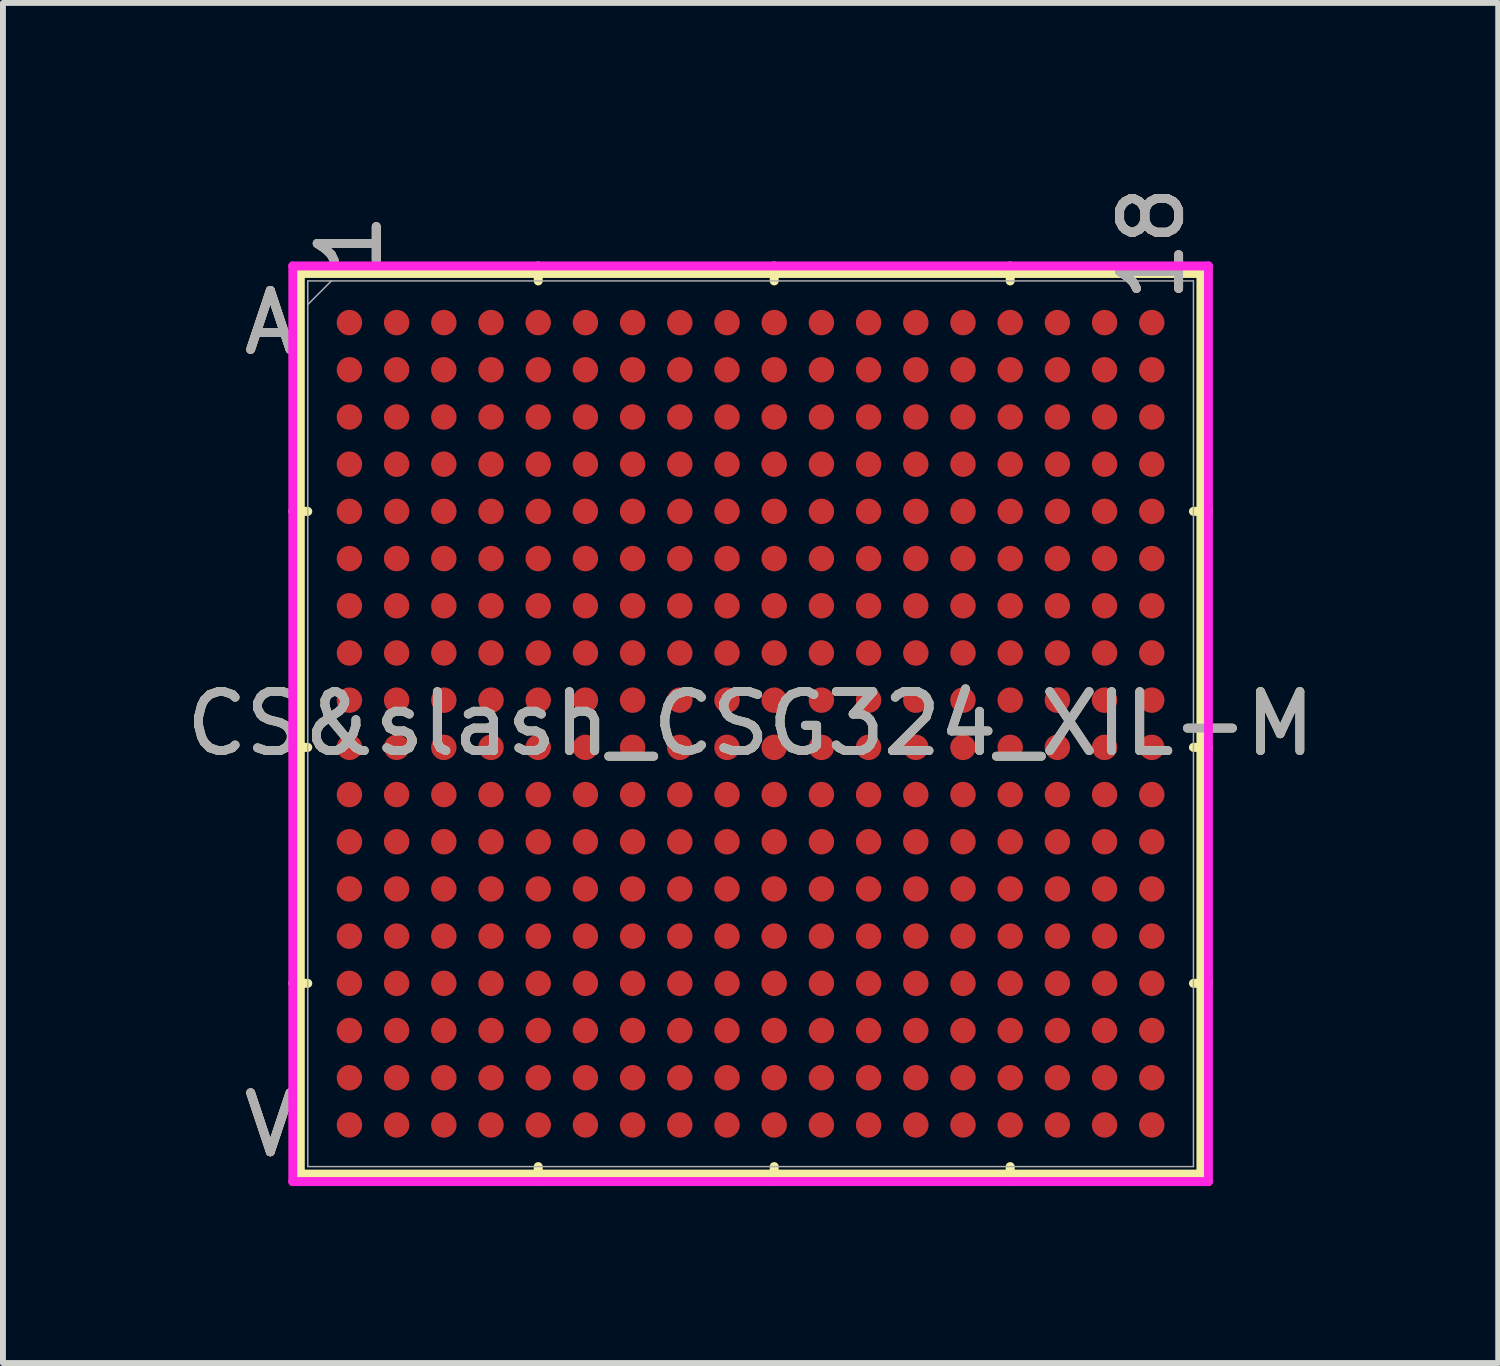
<source format=kicad_pcb>
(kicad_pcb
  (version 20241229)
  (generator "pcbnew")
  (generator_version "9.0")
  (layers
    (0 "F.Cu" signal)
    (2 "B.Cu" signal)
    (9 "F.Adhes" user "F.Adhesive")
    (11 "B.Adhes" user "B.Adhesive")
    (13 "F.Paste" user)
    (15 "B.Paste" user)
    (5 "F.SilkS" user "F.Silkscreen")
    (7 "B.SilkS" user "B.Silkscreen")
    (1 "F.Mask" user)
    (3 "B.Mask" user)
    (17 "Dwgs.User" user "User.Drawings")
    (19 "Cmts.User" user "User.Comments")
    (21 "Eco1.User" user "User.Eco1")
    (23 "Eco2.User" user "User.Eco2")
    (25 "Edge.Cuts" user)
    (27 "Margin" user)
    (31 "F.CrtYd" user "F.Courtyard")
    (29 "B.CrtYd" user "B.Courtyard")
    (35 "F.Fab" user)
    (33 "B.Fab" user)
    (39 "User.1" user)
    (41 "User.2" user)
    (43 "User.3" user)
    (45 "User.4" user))
  (footprint "CS&slash_CSG324_XIL-M"
    (layer "F.Cu")
    (at 9.673 9.218)
    (property "Reference" "CS&slash_CSG324_XIL-M" (at 0 0 0) (unlocked yes) (layer "F.SilkS") (effects (font (size 1 1) (thickness 0.15))))
    (attr smd)
    (fp_line (start -7.633 -7.633) (end -7.633 7.633) (stroke (width 0.152) (type solid)) (layer "F.SilkS"))
    (fp_line (start -7.633 7.633) (end 7.633 7.633) (stroke (width 0.152) (type solid)) (layer "F.SilkS"))
    (fp_line (start -7.506 -3.6) (end -7.76 -3.6) (stroke (width 0.152) (type solid)) (layer "F.SilkS"))
    (fp_line (start -7.506 0.4) (end -7.76 0.4) (stroke (width 0.152) (type solid)) (layer "F.SilkS"))
    (fp_line (start -7.506 4.4) (end -7.76 4.4) (stroke (width 0.152) (type solid)) (layer "F.SilkS"))
    (fp_line (start -3.6 -7.506) (end -3.6 -7.76) (stroke (width 0.152) (type solid)) (layer "F.SilkS"))
    (fp_line (start -3.6 7.506) (end -3.6 7.76) (stroke (width 0.152) (type solid)) (layer "F.SilkS"))
    (fp_line (start 0.4 -7.506) (end 0.4 -7.76) (stroke (width 0.152) (type solid)) (layer "F.SilkS"))
    (fp_line (start 0.4 7.506) (end 0.4 7.76) (stroke (width 0.152) (type solid)) (layer "F.SilkS"))
    (fp_line (start 4.4 -7.506) (end 4.4 -7.76) (stroke (width 0.152) (type solid)) (layer "F.SilkS"))
    (fp_line (start 4.4 7.506) (end 4.4 7.76) (stroke (width 0.152) (type solid)) (layer "F.SilkS"))
    (fp_line (start 7.506 -3.6) (end 7.76 -3.6) (stroke (width 0.152) (type solid)) (layer "F.SilkS"))
    (fp_line (start 7.506 0.4) (end 7.76 0.4) (stroke (width 0.152) (type solid)) (layer "F.SilkS"))
    (fp_line (start 7.506 4.4) (end 7.76 4.4) (stroke (width 0.152) (type solid)) (layer "F.SilkS"))
    (fp_line (start 7.633 -7.633) (end -7.633 -7.633) (stroke (width 0.152) (type solid)) (layer "F.SilkS"))
    (fp_line (start 7.633 7.633) (end 7.633 -7.633) (stroke (width 0.152) (type solid)) (layer "F.SilkS"))
    (fp_poly (pts (xy -7.644 -7.644) (xy 7.644 -7.644) (xy 7.644 7.644) (xy -7.644 7.644)) (stroke (width 0.1) (type solid)) (fill no) (layer "Eco2.User"))
    (fp_line (start -7.76 -7.76) (end 7.76 -7.76) (stroke (width 0.152) (type solid)) (layer "F.CrtYd"))
    (fp_line (start -7.76 7.76) (end -7.76 -7.76) (stroke (width 0.152) (type solid)) (layer "F.CrtYd"))
    (fp_line (start 7.76 -7.76) (end 7.76 7.76) (stroke (width 0.152) (type solid)) (layer "F.CrtYd"))
    (fp_line (start 7.76 7.76) (end -7.76 7.76) (stroke (width 0.152) (type solid)) (layer "F.CrtYd"))
    (fp_line (start -7.506 -7.506) (end -7.506 7.506) (stroke (width 0.025) (type solid)) (layer "F.Fab"))
    (fp_line (start -7.506 7.506) (end 7.506 7.506) (stroke (width 0.025) (type solid)) (layer "F.Fab"))
    (fp_line (start -7.106 -7.506) (end -7.506 -7.106) (stroke (width 0.025) (type solid)) (layer "F.Fab"))
    (fp_line (start 7.506 -7.506) (end -7.506 -7.506) (stroke (width 0.025) (type solid)) (layer "F.Fab"))
    (fp_line (start 7.506 7.506) (end 7.506 -7.506) (stroke (width 0.025) (type solid)) (layer "F.Fab"))
    (fp_text user "18" (at 6.8 -8.141 90) (unlocked yes) (layer "F.SilkS") (effects (font (size 1 1) (thickness 0.15))))
    (fp_text user "V" (at -8.141 6.8 0) (unlocked yes) (layer "F.SilkS") (effects (font (size 1 1) (thickness 0.15))))
    (fp_text user "A" (at -8.141 -6.8 0) (unlocked yes) (layer "F.SilkS") (effects (font (size 1 1) (thickness 0.15))))
    (fp_text user "1" (at -6.8 -8.141 90) (unlocked yes) (layer "F.SilkS") (effects (font (size 1 1) (thickness 0.15))))
    (fp_text user "18" (at 6.8 -8.141 90) (unlocked yes) (layer "B.SilkS") (effects (font (size 1 1) (thickness 0.15))))
    (fp_text user "A" (at -8.141 -6.8 0) (unlocked yes) (layer "B.SilkS") (effects (font (size 1 1) (thickness 0.15))))
    (fp_text user "1" (at -6.8 -8.141 90) (unlocked yes) (layer "B.SilkS") (effects (font (size 1 1) (thickness 0.15))))
    (fp_text user "V" (at -8.141 6.8 0) (unlocked yes) (layer "B.SilkS") (effects (font (size 1 1) (thickness 0.15))))
    (fp_text user "V" (at -8.141 6.8 0) (unlocked yes) (layer "F.Fab") (effects (font (size 1 1) (thickness 0.15))))
    (fp_text user "${REFERENCE}" (at 0 0 0) (unlocked yes) (layer "F.Fab") (effects (font (size 1 1) (thickness 0.15))))
    (fp_text user "A" (at -8.141 -6.8 0) (unlocked yes) (layer "F.Fab") (effects (font (size 1 1) (thickness 0.15))))
    (fp_text user "1" (at -6.8 -8.141 90) (unlocked yes) (layer "F.Fab") (effects (font (size 1 1) (thickness 0.15))))
    (fp_text user "18" (at 6.8 -8.141 90) (unlocked yes) (layer "F.Fab") (effects (font (size 1 1) (thickness 0.15))))
    (pad "A1" smd circle (at -6.8 -6.8) (size 0.432 0.432) (layers "F.Cu" "F.Mask" "F.Paste"))
    (pad "A2" smd circle (at -6 -6.8) (size 0.432 0.432) (layers "F.Cu" "F.Mask" "F.Paste"))
    (pad "A3" smd circle (at -5.2 -6.8) (size 0.432 0.432) (layers "F.Cu" "F.Mask" "F.Paste"))
    (pad "A4" smd circle (at -4.4 -6.8) (size 0.432 0.432) (layers "F.Cu" "F.Mask" "F.Paste"))
    (pad "A5" smd circle (at -3.6 -6.8) (size 0.432 0.432) (layers "F.Cu" "F.Mask" "F.Paste"))
    (pad "A6" smd circle (at -2.8 -6.8) (size 0.432 0.432) (layers "F.Cu" "F.Mask" "F.Paste"))
    (pad "A7" smd circle (at -2 -6.8) (size 0.432 0.432) (layers "F.Cu" "F.Mask" "F.Paste"))
    (pad "A8" smd circle (at -1.2 -6.8) (size 0.432 0.432) (layers "F.Cu" "F.Mask" "F.Paste"))
    (pad "A9" smd circle (at -0.4 -6.8) (size 0.432 0.432) (layers "F.Cu" "F.Mask" "F.Paste"))
    (pad "A10" smd circle (at 0.4 -6.8) (size 0.432 0.432) (layers "F.Cu" "F.Mask" "F.Paste"))
    (pad "A11" smd circle (at 1.2 -6.8) (size 0.432 0.432) (layers "F.Cu" "F.Mask" "F.Paste"))
    (pad "A12" smd circle (at 2 -6.8) (size 0.432 0.432) (layers "F.Cu" "F.Mask" "F.Paste"))
    (pad "A13" smd circle (at 2.8 -6.8) (size 0.432 0.432) (layers "F.Cu" "F.Mask" "F.Paste"))
    (pad "A14" smd circle (at 3.6 -6.8) (size 0.432 0.432) (layers "F.Cu" "F.Mask" "F.Paste"))
    (pad "A15" smd circle (at 4.4 -6.8) (size 0.432 0.432) (layers "F.Cu" "F.Mask" "F.Paste"))
    (pad "A16" smd circle (at 5.2 -6.8) (size 0.432 0.432) (layers "F.Cu" "F.Mask" "F.Paste"))
    (pad "A17" smd circle (at 6 -6.8) (size 0.432 0.432) (layers "F.Cu" "F.Mask" "F.Paste"))
    (pad "A18" smd circle (at 6.8 -6.8) (size 0.432 0.432) (layers "F.Cu" "F.Mask" "F.Paste"))
    (pad "B1" smd circle (at -6.8 -6) (size 0.432 0.432) (layers "F.Cu" "F.Mask" "F.Paste"))
    (pad "B2" smd circle (at -6 -6) (size 0.432 0.432) (layers "F.Cu" "F.Mask" "F.Paste"))
    (pad "B3" smd circle (at -5.2 -6) (size 0.432 0.432) (layers "F.Cu" "F.Mask" "F.Paste"))
    (pad "B4" smd circle (at -4.4 -6) (size 0.432 0.432) (layers "F.Cu" "F.Mask" "F.Paste"))
    (pad "B5" smd circle (at -3.6 -6) (size 0.432 0.432) (layers "F.Cu" "F.Mask" "F.Paste"))
    (pad "B6" smd circle (at -2.8 -6) (size 0.432 0.432) (layers "F.Cu" "F.Mask" "F.Paste"))
    (pad "B7" smd circle (at -2 -6) (size 0.432 0.432) (layers "F.Cu" "F.Mask" "F.Paste"))
    (pad "B8" smd circle (at -1.2 -6) (size 0.432 0.432) (layers "F.Cu" "F.Mask" "F.Paste"))
    (pad "B9" smd circle (at -0.4 -6) (size 0.432 0.432) (layers "F.Cu" "F.Mask" "F.Paste"))
    (pad "B10" smd circle (at 0.4 -6) (size 0.432 0.432) (layers "F.Cu" "F.Mask" "F.Paste"))
    (pad "B11" smd circle (at 1.2 -6) (size 0.432 0.432) (layers "F.Cu" "F.Mask" "F.Paste"))
    (pad "B12" smd circle (at 2 -6) (size 0.432 0.432) (layers "F.Cu" "F.Mask" "F.Paste"))
    (pad "B13" smd circle (at 2.8 -6) (size 0.432 0.432) (layers "F.Cu" "F.Mask" "F.Paste"))
    (pad "B14" smd circle (at 3.6 -6) (size 0.432 0.432) (layers "F.Cu" "F.Mask" "F.Paste"))
    (pad "B15" smd circle (at 4.4 -6) (size 0.432 0.432) (layers "F.Cu" "F.Mask" "F.Paste"))
    (pad "B16" smd circle (at 5.2 -6) (size 0.432 0.432) (layers "F.Cu" "F.Mask" "F.Paste"))
    (pad "B17" smd circle (at 6 -6) (size 0.432 0.432) (layers "F.Cu" "F.Mask" "F.Paste"))
    (pad "B18" smd circle (at 6.8 -6) (size 0.432 0.432) (layers "F.Cu" "F.Mask" "F.Paste"))
    (pad "C1" smd circle (at -6.8 -5.2) (size 0.432 0.432) (layers "F.Cu" "F.Mask" "F.Paste"))
    (pad "C2" smd circle (at -6 -5.2) (size 0.432 0.432) (layers "F.Cu" "F.Mask" "F.Paste"))
    (pad "C3" smd circle (at -5.2 -5.2) (size 0.432 0.432) (layers "F.Cu" "F.Mask" "F.Paste"))
    (pad "C4" smd circle (at -4.4 -5.2) (size 0.432 0.432) (layers "F.Cu" "F.Mask" "F.Paste"))
    (pad "C5" smd circle (at -3.6 -5.2) (size 0.432 0.432) (layers "F.Cu" "F.Mask" "F.Paste"))
    (pad "C6" smd circle (at -2.8 -5.2) (size 0.432 0.432) (layers "F.Cu" "F.Mask" "F.Paste"))
    (pad "C7" smd circle (at -2 -5.2) (size 0.432 0.432) (layers "F.Cu" "F.Mask" "F.Paste"))
    (pad "C8" smd circle (at -1.2 -5.2) (size 0.432 0.432) (layers "F.Cu" "F.Mask" "F.Paste"))
    (pad "C9" smd circle (at -0.4 -5.2) (size 0.432 0.432) (layers "F.Cu" "F.Mask" "F.Paste"))
    (pad "C10" smd circle (at 0.4 -5.2) (size 0.432 0.432) (layers "F.Cu" "F.Mask" "F.Paste"))
    (pad "C11" smd circle (at 1.2 -5.2) (size 0.432 0.432) (layers "F.Cu" "F.Mask" "F.Paste"))
    (pad "C12" smd circle (at 2 -5.2) (size 0.432 0.432) (layers "F.Cu" "F.Mask" "F.Paste"))
    (pad "C13" smd circle (at 2.8 -5.2) (size 0.432 0.432) (layers "F.Cu" "F.Mask" "F.Paste"))
    (pad "C14" smd circle (at 3.6 -5.2) (size 0.432 0.432) (layers "F.Cu" "F.Mask" "F.Paste"))
    (pad "C15" smd circle (at 4.4 -5.2) (size 0.432 0.432) (layers "F.Cu" "F.Mask" "F.Paste"))
    (pad "C16" smd circle (at 5.2 -5.2) (size 0.432 0.432) (layers "F.Cu" "F.Mask" "F.Paste"))
    (pad "C17" smd circle (at 6 -5.2) (size 0.432 0.432) (layers "F.Cu" "F.Mask" "F.Paste"))
    (pad "C18" smd circle (at 6.8 -5.2) (size 0.432 0.432) (layers "F.Cu" "F.Mask" "F.Paste"))
    (pad "D1" smd circle (at -6.8 -4.4) (size 0.432 0.432) (layers "F.Cu" "F.Mask" "F.Paste"))
    (pad "D2" smd circle (at -6 -4.4) (size 0.432 0.432) (layers "F.Cu" "F.Mask" "F.Paste"))
    (pad "D3" smd circle (at -5.2 -4.4) (size 0.432 0.432) (layers "F.Cu" "F.Mask" "F.Paste"))
    (pad "D4" smd circle (at -4.4 -4.4) (size 0.432 0.432) (layers "F.Cu" "F.Mask" "F.Paste"))
    (pad "D5" smd circle (at -3.6 -4.4) (size 0.432 0.432) (layers "F.Cu" "F.Mask" "F.Paste"))
    (pad "D6" smd circle (at -2.8 -4.4) (size 0.432 0.432) (layers "F.Cu" "F.Mask" "F.Paste"))
    (pad "D7" smd circle (at -2 -4.4) (size 0.432 0.432) (layers "F.Cu" "F.Mask" "F.Paste"))
    (pad "D8" smd circle (at -1.2 -4.4) (size 0.432 0.432) (layers "F.Cu" "F.Mask" "F.Paste"))
    (pad "D9" smd circle (at -0.4 -4.4) (size 0.432 0.432) (layers "F.Cu" "F.Mask" "F.Paste"))
    (pad "D10" smd circle (at 0.4 -4.4) (size 0.432 0.432) (layers "F.Cu" "F.Mask" "F.Paste"))
    (pad "D11" smd circle (at 1.2 -4.4) (size 0.432 0.432) (layers "F.Cu" "F.Mask" "F.Paste"))
    (pad "D12" smd circle (at 2 -4.4) (size 0.432 0.432) (layers "F.Cu" "F.Mask" "F.Paste"))
    (pad "D13" smd circle (at 2.8 -4.4) (size 0.432 0.432) (layers "F.Cu" "F.Mask" "F.Paste"))
    (pad "D14" smd circle (at 3.6 -4.4) (size 0.432 0.432) (layers "F.Cu" "F.Mask" "F.Paste"))
    (pad "D15" smd circle (at 4.4 -4.4) (size 0.432 0.432) (layers "F.Cu" "F.Mask" "F.Paste"))
    (pad "D16" smd circle (at 5.2 -4.4) (size 0.432 0.432) (layers "F.Cu" "F.Mask" "F.Paste"))
    (pad "D17" smd circle (at 6 -4.4) (size 0.432 0.432) (layers "F.Cu" "F.Mask" "F.Paste"))
    (pad "D18" smd circle (at 6.8 -4.4) (size 0.432 0.432) (layers "F.Cu" "F.Mask" "F.Paste"))
    (pad "E1" smd circle (at -6.8 -3.6) (size 0.432 0.432) (layers "F.Cu" "F.Mask" "F.Paste"))
    (pad "E2" smd circle (at -6 -3.6) (size 0.432 0.432) (layers "F.Cu" "F.Mask" "F.Paste"))
    (pad "E3" smd circle (at -5.2 -3.6) (size 0.432 0.432) (layers "F.Cu" "F.Mask" "F.Paste"))
    (pad "E4" smd circle (at -4.4 -3.6) (size 0.432 0.432) (layers "F.Cu" "F.Mask" "F.Paste"))
    (pad "E5" smd circle (at -3.6 -3.6) (size 0.432 0.432) (layers "F.Cu" "F.Mask" "F.Paste"))
    (pad "E6" smd circle (at -2.8 -3.6) (size 0.432 0.432) (layers "F.Cu" "F.Mask" "F.Paste"))
    (pad "E7" smd circle (at -2 -3.6) (size 0.432 0.432) (layers "F.Cu" "F.Mask" "F.Paste"))
    (pad "E8" smd circle (at -1.2 -3.6) (size 0.432 0.432) (layers "F.Cu" "F.Mask" "F.Paste"))
    (pad "E9" smd circle (at -0.4 -3.6) (size 0.432 0.432) (layers "F.Cu" "F.Mask" "F.Paste"))
    (pad "E10" smd circle (at 0.4 -3.6) (size 0.432 0.432) (layers "F.Cu" "F.Mask" "F.Paste"))
    (pad "E11" smd circle (at 1.2 -3.6) (size 0.432 0.432) (layers "F.Cu" "F.Mask" "F.Paste"))
    (pad "E12" smd circle (at 2 -3.6) (size 0.432 0.432) (layers "F.Cu" "F.Mask" "F.Paste"))
    (pad "E13" smd circle (at 2.8 -3.6) (size 0.432 0.432) (layers "F.Cu" "F.Mask" "F.Paste"))
    (pad "E14" smd circle (at 3.6 -3.6) (size 0.432 0.432) (layers "F.Cu" "F.Mask" "F.Paste"))
    (pad "E15" smd circle (at 4.4 -3.6) (size 0.432 0.432) (layers "F.Cu" "F.Mask" "F.Paste"))
    (pad "E16" smd circle (at 5.2 -3.6) (size 0.432 0.432) (layers "F.Cu" "F.Mask" "F.Paste"))
    (pad "E17" smd circle (at 6 -3.6) (size 0.432 0.432) (layers "F.Cu" "F.Mask" "F.Paste"))
    (pad "E18" smd circle (at 6.8 -3.6) (size 0.432 0.432) (layers "F.Cu" "F.Mask" "F.Paste"))
    (pad "F1" smd circle (at -6.8 -2.8) (size 0.432 0.432) (layers "F.Cu" "F.Mask" "F.Paste"))
    (pad "F2" smd circle (at -6 -2.8) (size 0.432 0.432) (layers "F.Cu" "F.Mask" "F.Paste"))
    (pad "F3" smd circle (at -5.2 -2.8) (size 0.432 0.432) (layers "F.Cu" "F.Mask" "F.Paste"))
    (pad "F4" smd circle (at -4.4 -2.8) (size 0.432 0.432) (layers "F.Cu" "F.Mask" "F.Paste"))
    (pad "F5" smd circle (at -3.6 -2.8) (size 0.432 0.432) (layers "F.Cu" "F.Mask" "F.Paste"))
    (pad "F6" smd circle (at -2.8 -2.8) (size 0.432 0.432) (layers "F.Cu" "F.Mask" "F.Paste"))
    (pad "F7" smd circle (at -2 -2.8) (size 0.432 0.432) (layers "F.Cu" "F.Mask" "F.Paste"))
    (pad "F8" smd circle (at -1.2 -2.8) (size 0.432 0.432) (layers "F.Cu" "F.Mask" "F.Paste"))
    (pad "F9" smd circle (at -0.4 -2.8) (size 0.432 0.432) (layers "F.Cu" "F.Mask" "F.Paste"))
    (pad "F10" smd circle (at 0.4 -2.8) (size 0.432 0.432) (layers "F.Cu" "F.Mask" "F.Paste"))
    (pad "F11" smd circle (at 1.2 -2.8) (size 0.432 0.432) (layers "F.Cu" "F.Mask" "F.Paste"))
    (pad "F12" smd circle (at 2 -2.8) (size 0.432 0.432) (layers "F.Cu" "F.Mask" "F.Paste"))
    (pad "F13" smd circle (at 2.8 -2.8) (size 0.432 0.432) (layers "F.Cu" "F.Mask" "F.Paste"))
    (pad "F14" smd circle (at 3.6 -2.8) (size 0.432 0.432) (layers "F.Cu" "F.Mask" "F.Paste"))
    (pad "F15" smd circle (at 4.4 -2.8) (size 0.432 0.432) (layers "F.Cu" "F.Mask" "F.Paste"))
    (pad "F16" smd circle (at 5.2 -2.8) (size 0.432 0.432) (layers "F.Cu" "F.Mask" "F.Paste"))
    (pad "F17" smd circle (at 6 -2.8) (size 0.432 0.432) (layers "F.Cu" "F.Mask" "F.Paste"))
    (pad "F18" smd circle (at 6.8 -2.8) (size 0.432 0.432) (layers "F.Cu" "F.Mask" "F.Paste"))
    (pad "G1" smd circle (at -6.8 -2) (size 0.432 0.432) (layers "F.Cu" "F.Mask" "F.Paste"))
    (pad "G2" smd circle (at -6 -2) (size 0.432 0.432) (layers "F.Cu" "F.Mask" "F.Paste"))
    (pad "G3" smd circle (at -5.2 -2) (size 0.432 0.432) (layers "F.Cu" "F.Mask" "F.Paste"))
    (pad "G4" smd circle (at -4.4 -2) (size 0.432 0.432) (layers "F.Cu" "F.Mask" "F.Paste"))
    (pad "G5" smd circle (at -3.6 -2) (size 0.432 0.432) (layers "F.Cu" "F.Mask" "F.Paste"))
    (pad "G6" smd circle (at -2.8 -2) (size 0.432 0.432) (layers "F.Cu" "F.Mask" "F.Paste"))
    (pad "G7" smd circle (at -2 -2) (size 0.432 0.432) (layers "F.Cu" "F.Mask" "F.Paste"))
    (pad "G8" smd circle (at -1.2 -2) (size 0.432 0.432) (layers "F.Cu" "F.Mask" "F.Paste"))
    (pad "G9" smd circle (at -0.4 -2) (size 0.432 0.432) (layers "F.Cu" "F.Mask" "F.Paste"))
    (pad "G10" smd circle (at 0.4 -2) (size 0.432 0.432) (layers "F.Cu" "F.Mask" "F.Paste"))
    (pad "G11" smd circle (at 1.2 -2) (size 0.432 0.432) (layers "F.Cu" "F.Mask" "F.Paste"))
    (pad "G12" smd circle (at 2 -2) (size 0.432 0.432) (layers "F.Cu" "F.Mask" "F.Paste"))
    (pad "G13" smd circle (at 2.8 -2) (size 0.432 0.432) (layers "F.Cu" "F.Mask" "F.Paste"))
    (pad "G14" smd circle (at 3.6 -2) (size 0.432 0.432) (layers "F.Cu" "F.Mask" "F.Paste"))
    (pad "G15" smd circle (at 4.4 -2) (size 0.432 0.432) (layers "F.Cu" "F.Mask" "F.Paste"))
    (pad "G16" smd circle (at 5.2 -2) (size 0.432 0.432) (layers "F.Cu" "F.Mask" "F.Paste"))
    (pad "G17" smd circle (at 6 -2) (size 0.432 0.432) (layers "F.Cu" "F.Mask" "F.Paste"))
    (pad "G18" smd circle (at 6.8 -2) (size 0.432 0.432) (layers "F.Cu" "F.Mask" "F.Paste"))
    (pad "H1" smd circle (at -6.8 -1.2) (size 0.432 0.432) (layers "F.Cu" "F.Mask" "F.Paste"))
    (pad "H2" smd circle (at -6 -1.2) (size 0.432 0.432) (layers "F.Cu" "F.Mask" "F.Paste"))
    (pad "H3" smd circle (at -5.2 -1.2) (size 0.432 0.432) (layers "F.Cu" "F.Mask" "F.Paste"))
    (pad "H4" smd circle (at -4.4 -1.2) (size 0.432 0.432) (layers "F.Cu" "F.Mask" "F.Paste"))
    (pad "H5" smd circle (at -3.6 -1.2) (size 0.432 0.432) (layers "F.Cu" "F.Mask" "F.Paste"))
    (pad "H6" smd circle (at -2.8 -1.2) (size 0.432 0.432) (layers "F.Cu" "F.Mask" "F.Paste"))
    (pad "H7" smd circle (at -2 -1.2) (size 0.432 0.432) (layers "F.Cu" "F.Mask" "F.Paste"))
    (pad "H8" smd circle (at -1.2 -1.2) (size 0.432 0.432) (layers "F.Cu" "F.Mask" "F.Paste"))
    (pad "H9" smd circle (at -0.4 -1.2) (size 0.432 0.432) (layers "F.Cu" "F.Mask" "F.Paste"))
    (pad "H10" smd circle (at 0.4 -1.2) (size 0.432 0.432) (layers "F.Cu" "F.Mask" "F.Paste"))
    (pad "H11" smd circle (at 1.2 -1.2) (size 0.432 0.432) (layers "F.Cu" "F.Mask" "F.Paste"))
    (pad "H12" smd circle (at 2 -1.2) (size 0.432 0.432) (layers "F.Cu" "F.Mask" "F.Paste"))
    (pad "H13" smd circle (at 2.8 -1.2) (size 0.432 0.432) (layers "F.Cu" "F.Mask" "F.Paste"))
    (pad "H14" smd circle (at 3.6 -1.2) (size 0.432 0.432) (layers "F.Cu" "F.Mask" "F.Paste"))
    (pad "H15" smd circle (at 4.4 -1.2) (size 0.432 0.432) (layers "F.Cu" "F.Mask" "F.Paste"))
    (pad "H16" smd circle (at 5.2 -1.2) (size 0.432 0.432) (layers "F.Cu" "F.Mask" "F.Paste"))
    (pad "H17" smd circle (at 6 -1.2) (size 0.432 0.432) (layers "F.Cu" "F.Mask" "F.Paste"))
    (pad "H18" smd circle (at 6.8 -1.2) (size 0.432 0.432) (layers "F.Cu" "F.Mask" "F.Paste"))
    (pad "J1" smd circle (at -6.8 -0.4) (size 0.432 0.432) (layers "F.Cu" "F.Mask" "F.Paste"))
    (pad "J2" smd circle (at -6 -0.4) (size 0.432 0.432) (layers "F.Cu" "F.Mask" "F.Paste"))
    (pad "J3" smd circle (at -5.2 -0.4) (size 0.432 0.432) (layers "F.Cu" "F.Mask" "F.Paste"))
    (pad "J4" smd circle (at -4.4 -0.4) (size 0.432 0.432) (layers "F.Cu" "F.Mask" "F.Paste"))
    (pad "J5" smd circle (at -3.6 -0.4) (size 0.432 0.432) (layers "F.Cu" "F.Mask" "F.Paste"))
    (pad "J6" smd circle (at -2.8 -0.4) (size 0.432 0.432) (layers "F.Cu" "F.Mask" "F.Paste"))
    (pad "J7" smd circle (at -2 -0.4) (size 0.432 0.432) (layers "F.Cu" "F.Mask" "F.Paste"))
    (pad "J8" smd circle (at -1.2 -0.4) (size 0.432 0.432) (layers "F.Cu" "F.Mask" "F.Paste"))
    (pad "J9" smd circle (at -0.4 -0.4) (size 0.432 0.432) (layers "F.Cu" "F.Mask" "F.Paste"))
    (pad "J10" smd circle (at 0.4 -0.4) (size 0.432 0.432) (layers "F.Cu" "F.Mask" "F.Paste"))
    (pad "J11" smd circle (at 1.2 -0.4) (size 0.432 0.432) (layers "F.Cu" "F.Mask" "F.Paste"))
    (pad "J12" smd circle (at 2 -0.4) (size 0.432 0.432) (layers "F.Cu" "F.Mask" "F.Paste"))
    (pad "J13" smd circle (at 2.8 -0.4) (size 0.432 0.432) (layers "F.Cu" "F.Mask" "F.Paste"))
    (pad "J14" smd circle (at 3.6 -0.4) (size 0.432 0.432) (layers "F.Cu" "F.Mask" "F.Paste"))
    (pad "J15" smd circle (at 4.4 -0.4) (size 0.432 0.432) (layers "F.Cu" "F.Mask" "F.Paste"))
    (pad "J16" smd circle (at 5.2 -0.4) (size 0.432 0.432) (layers "F.Cu" "F.Mask" "F.Paste"))
    (pad "J17" smd circle (at 6 -0.4) (size 0.432 0.432) (layers "F.Cu" "F.Mask" "F.Paste"))
    (pad "J18" smd circle (at 6.8 -0.4) (size 0.432 0.432) (layers "F.Cu" "F.Mask" "F.Paste"))
    (pad "K1" smd circle (at -6.8 0.4) (size 0.432 0.432) (layers "F.Cu" "F.Mask" "F.Paste"))
    (pad "K2" smd circle (at -6 0.4) (size 0.432 0.432) (layers "F.Cu" "F.Mask" "F.Paste"))
    (pad "K3" smd circle (at -5.2 0.4) (size 0.432 0.432) (layers "F.Cu" "F.Mask" "F.Paste"))
    (pad "K4" smd circle (at -4.4 0.4) (size 0.432 0.432) (layers "F.Cu" "F.Mask" "F.Paste"))
    (pad "K5" smd circle (at -3.6 0.4) (size 0.432 0.432) (layers "F.Cu" "F.Mask" "F.Paste"))
    (pad "K6" smd circle (at -2.8 0.4) (size 0.432 0.432) (layers "F.Cu" "F.Mask" "F.Paste"))
    (pad "K7" smd circle (at -2 0.4) (size 0.432 0.432) (layers "F.Cu" "F.Mask" "F.Paste"))
    (pad "K8" smd circle (at -1.2 0.4) (size 0.432 0.432) (layers "F.Cu" "F.Mask" "F.Paste"))
    (pad "K9" smd circle (at -0.4 0.4) (size 0.432 0.432) (layers "F.Cu" "F.Mask" "F.Paste"))
    (pad "K10" smd circle (at 0.4 0.4) (size 0.432 0.432) (layers "F.Cu" "F.Mask" "F.Paste"))
    (pad "K11" smd circle (at 1.2 0.4) (size 0.432 0.432) (layers "F.Cu" "F.Mask" "F.Paste"))
    (pad "K12" smd circle (at 2 0.4) (size 0.432 0.432) (layers "F.Cu" "F.Mask" "F.Paste"))
    (pad "K13" smd circle (at 2.8 0.4) (size 0.432 0.432) (layers "F.Cu" "F.Mask" "F.Paste"))
    (pad "K14" smd circle (at 3.6 0.4) (size 0.432 0.432) (layers "F.Cu" "F.Mask" "F.Paste"))
    (pad "K15" smd circle (at 4.4 0.4) (size 0.432 0.432) (layers "F.Cu" "F.Mask" "F.Paste"))
    (pad "K16" smd circle (at 5.2 0.4) (size 0.432 0.432) (layers "F.Cu" "F.Mask" "F.Paste"))
    (pad "K17" smd circle (at 6 0.4) (size 0.432 0.432) (layers "F.Cu" "F.Mask" "F.Paste"))
    (pad "K18" smd circle (at 6.8 0.4) (size 0.432 0.432) (layers "F.Cu" "F.Mask" "F.Paste"))
    (pad "L1" smd circle (at -6.8 1.2) (size 0.432 0.432) (layers "F.Cu" "F.Mask" "F.Paste"))
    (pad "L2" smd circle (at -6 1.2) (size 0.432 0.432) (layers "F.Cu" "F.Mask" "F.Paste"))
    (pad "L3" smd circle (at -5.2 1.2) (size 0.432 0.432) (layers "F.Cu" "F.Mask" "F.Paste"))
    (pad "L4" smd circle (at -4.4 1.2) (size 0.432 0.432) (layers "F.Cu" "F.Mask" "F.Paste"))
    (pad "L5" smd circle (at -3.6 1.2) (size 0.432 0.432) (layers "F.Cu" "F.Mask" "F.Paste"))
    (pad "L6" smd circle (at -2.8 1.2) (size 0.432 0.432) (layers "F.Cu" "F.Mask" "F.Paste"))
    (pad "L7" smd circle (at -2 1.2) (size 0.432 0.432) (layers "F.Cu" "F.Mask" "F.Paste"))
    (pad "L8" smd circle (at -1.2 1.2) (size 0.432 0.432) (layers "F.Cu" "F.Mask" "F.Paste"))
    (pad "L9" smd circle (at -0.4 1.2) (size 0.432 0.432) (layers "F.Cu" "F.Mask" "F.Paste"))
    (pad "L10" smd circle (at 0.4 1.2) (size 0.432 0.432) (layers "F.Cu" "F.Mask" "F.Paste"))
    (pad "L11" smd circle (at 1.2 1.2) (size 0.432 0.432) (layers "F.Cu" "F.Mask" "F.Paste"))
    (pad "L12" smd circle (at 2 1.2) (size 0.432 0.432) (layers "F.Cu" "F.Mask" "F.Paste"))
    (pad "L13" smd circle (at 2.8 1.2) (size 0.432 0.432) (layers "F.Cu" "F.Mask" "F.Paste"))
    (pad "L14" smd circle (at 3.6 1.2) (size 0.432 0.432) (layers "F.Cu" "F.Mask" "F.Paste"))
    (pad "L15" smd circle (at 4.4 1.2) (size 0.432 0.432) (layers "F.Cu" "F.Mask" "F.Paste"))
    (pad "L16" smd circle (at 5.2 1.2) (size 0.432 0.432) (layers "F.Cu" "F.Mask" "F.Paste"))
    (pad "L17" smd circle (at 6 1.2) (size 0.432 0.432) (layers "F.Cu" "F.Mask" "F.Paste"))
    (pad "L18" smd circle (at 6.8 1.2) (size 0.432 0.432) (layers "F.Cu" "F.Mask" "F.Paste"))
    (pad "M1" smd circle (at -6.8 2) (size 0.432 0.432) (layers "F.Cu" "F.Mask" "F.Paste"))
    (pad "M2" smd circle (at -6 2) (size 0.432 0.432) (layers "F.Cu" "F.Mask" "F.Paste"))
    (pad "M3" smd circle (at -5.2 2) (size 0.432 0.432) (layers "F.Cu" "F.Mask" "F.Paste"))
    (pad "M4" smd circle (at -4.4 2) (size 0.432 0.432) (layers "F.Cu" "F.Mask" "F.Paste"))
    (pad "M5" smd circle (at -3.6 2) (size 0.432 0.432) (layers "F.Cu" "F.Mask" "F.Paste"))
    (pad "M6" smd circle (at -2.8 2) (size 0.432 0.432) (layers "F.Cu" "F.Mask" "F.Paste"))
    (pad "M7" smd circle (at -2 2) (size 0.432 0.432) (layers "F.Cu" "F.Mask" "F.Paste"))
    (pad "M8" smd circle (at -1.2 2) (size 0.432 0.432) (layers "F.Cu" "F.Mask" "F.Paste"))
    (pad "M9" smd circle (at -0.4 2) (size 0.432 0.432) (layers "F.Cu" "F.Mask" "F.Paste"))
    (pad "M10" smd circle (at 0.4 2) (size 0.432 0.432) (layers "F.Cu" "F.Mask" "F.Paste"))
    (pad "M11" smd circle (at 1.2 2) (size 0.432 0.432) (layers "F.Cu" "F.Mask" "F.Paste"))
    (pad "M12" smd circle (at 2 2) (size 0.432 0.432) (layers "F.Cu" "F.Mask" "F.Paste"))
    (pad "M13" smd circle (at 2.8 2) (size 0.432 0.432) (layers "F.Cu" "F.Mask" "F.Paste"))
    (pad "M14" smd circle (at 3.6 2) (size 0.432 0.432) (layers "F.Cu" "F.Mask" "F.Paste"))
    (pad "M15" smd circle (at 4.4 2) (size 0.432 0.432) (layers "F.Cu" "F.Mask" "F.Paste"))
    (pad "M16" smd circle (at 5.2 2) (size 0.432 0.432) (layers "F.Cu" "F.Mask" "F.Paste"))
    (pad "M17" smd circle (at 6 2) (size 0.432 0.432) (layers "F.Cu" "F.Mask" "F.Paste"))
    (pad "M18" smd circle (at 6.8 2) (size 0.432 0.432) (layers "F.Cu" "F.Mask" "F.Paste"))
    (pad "N1" smd circle (at -6.8 2.8) (size 0.432 0.432) (layers "F.Cu" "F.Mask" "F.Paste"))
    (pad "N2" smd circle (at -6 2.8) (size 0.432 0.432) (layers "F.Cu" "F.Mask" "F.Paste"))
    (pad "N3" smd circle (at -5.2 2.8) (size 0.432 0.432) (layers "F.Cu" "F.Mask" "F.Paste"))
    (pad "N4" smd circle (at -4.4 2.8) (size 0.432 0.432) (layers "F.Cu" "F.Mask" "F.Paste"))
    (pad "N5" smd circle (at -3.6 2.8) (size 0.432 0.432) (layers "F.Cu" "F.Mask" "F.Paste"))
    (pad "N6" smd circle (at -2.8 2.8) (size 0.432 0.432) (layers "F.Cu" "F.Mask" "F.Paste"))
    (pad "N7" smd circle (at -2 2.8) (size 0.432 0.432) (layers "F.Cu" "F.Mask" "F.Paste"))
    (pad "N8" smd circle (at -1.2 2.8) (size 0.432 0.432) (layers "F.Cu" "F.Mask" "F.Paste"))
    (pad "N9" smd circle (at -0.4 2.8) (size 0.432 0.432) (layers "F.Cu" "F.Mask" "F.Paste"))
    (pad "N10" smd circle (at 0.4 2.8) (size 0.432 0.432) (layers "F.Cu" "F.Mask" "F.Paste"))
    (pad "N11" smd circle (at 1.2 2.8) (size 0.432 0.432) (layers "F.Cu" "F.Mask" "F.Paste"))
    (pad "N12" smd circle (at 2 2.8) (size 0.432 0.432) (layers "F.Cu" "F.Mask" "F.Paste"))
    (pad "N13" smd circle (at 2.8 2.8) (size 0.432 0.432) (layers "F.Cu" "F.Mask" "F.Paste"))
    (pad "N14" smd circle (at 3.6 2.8) (size 0.432 0.432) (layers "F.Cu" "F.Mask" "F.Paste"))
    (pad "N15" smd circle (at 4.4 2.8) (size 0.432 0.432) (layers "F.Cu" "F.Mask" "F.Paste"))
    (pad "N16" smd circle (at 5.2 2.8) (size 0.432 0.432) (layers "F.Cu" "F.Mask" "F.Paste"))
    (pad "N17" smd circle (at 6 2.8) (size 0.432 0.432) (layers "F.Cu" "F.Mask" "F.Paste"))
    (pad "N18" smd circle (at 6.8 2.8) (size 0.432 0.432) (layers "F.Cu" "F.Mask" "F.Paste"))
    (pad "P1" smd circle (at -6.8 3.6) (size 0.432 0.432) (layers "F.Cu" "F.Mask" "F.Paste"))
    (pad "P2" smd circle (at -6 3.6) (size 0.432 0.432) (layers "F.Cu" "F.Mask" "F.Paste"))
    (pad "P3" smd circle (at -5.2 3.6) (size 0.432 0.432) (layers "F.Cu" "F.Mask" "F.Paste"))
    (pad "P4" smd circle (at -4.4 3.6) (size 0.432 0.432) (layers "F.Cu" "F.Mask" "F.Paste"))
    (pad "P5" smd circle (at -3.6 3.6) (size 0.432 0.432) (layers "F.Cu" "F.Mask" "F.Paste"))
    (pad "P6" smd circle (at -2.8 3.6) (size 0.432 0.432) (layers "F.Cu" "F.Mask" "F.Paste"))
    (pad "P7" smd circle (at -2 3.6) (size 0.432 0.432) (layers "F.Cu" "F.Mask" "F.Paste"))
    (pad "P8" smd circle (at -1.2 3.6) (size 0.432 0.432) (layers "F.Cu" "F.Mask" "F.Paste"))
    (pad "P9" smd circle (at -0.4 3.6) (size 0.432 0.432) (layers "F.Cu" "F.Mask" "F.Paste"))
    (pad "P10" smd circle (at 0.4 3.6) (size 0.432 0.432) (layers "F.Cu" "F.Mask" "F.Paste"))
    (pad "P11" smd circle (at 1.2 3.6) (size 0.432 0.432) (layers "F.Cu" "F.Mask" "F.Paste"))
    (pad "P12" smd circle (at 2 3.6) (size 0.432 0.432) (layers "F.Cu" "F.Mask" "F.Paste"))
    (pad "P13" smd circle (at 2.8 3.6) (size 0.432 0.432) (layers "F.Cu" "F.Mask" "F.Paste"))
    (pad "P14" smd circle (at 3.6 3.6) (size 0.432 0.432) (layers "F.Cu" "F.Mask" "F.Paste"))
    (pad "P15" smd circle (at 4.4 3.6) (size 0.432 0.432) (layers "F.Cu" "F.Mask" "F.Paste"))
    (pad "P16" smd circle (at 5.2 3.6) (size 0.432 0.432) (layers "F.Cu" "F.Mask" "F.Paste"))
    (pad "P17" smd circle (at 6 3.6) (size 0.432 0.432) (layers "F.Cu" "F.Mask" "F.Paste"))
    (pad "P18" smd circle (at 6.8 3.6) (size 0.432 0.432) (layers "F.Cu" "F.Mask" "F.Paste"))
    (pad "R1" smd circle (at -6.8 4.4) (size 0.432 0.432) (layers "F.Cu" "F.Mask" "F.Paste"))
    (pad "R2" smd circle (at -6 4.4) (size 0.432 0.432) (layers "F.Cu" "F.Mask" "F.Paste"))
    (pad "R3" smd circle (at -5.2 4.4) (size 0.432 0.432) (layers "F.Cu" "F.Mask" "F.Paste"))
    (pad "R4" smd circle (at -4.4 4.4) (size 0.432 0.432) (layers "F.Cu" "F.Mask" "F.Paste"))
    (pad "R5" smd circle (at -3.6 4.4) (size 0.432 0.432) (layers "F.Cu" "F.Mask" "F.Paste"))
    (pad "R6" smd circle (at -2.8 4.4) (size 0.432 0.432) (layers "F.Cu" "F.Mask" "F.Paste"))
    (pad "R7" smd circle (at -2 4.4) (size 0.432 0.432) (layers "F.Cu" "F.Mask" "F.Paste"))
    (pad "R8" smd circle (at -1.2 4.4) (size 0.432 0.432) (layers "F.Cu" "F.Mask" "F.Paste"))
    (pad "R9" smd circle (at -0.4 4.4) (size 0.432 0.432) (layers "F.Cu" "F.Mask" "F.Paste"))
    (pad "R10" smd circle (at 0.4 4.4) (size 0.432 0.432) (layers "F.Cu" "F.Mask" "F.Paste"))
    (pad "R11" smd circle (at 1.2 4.4) (size 0.432 0.432) (layers "F.Cu" "F.Mask" "F.Paste"))
    (pad "R12" smd circle (at 2 4.4) (size 0.432 0.432) (layers "F.Cu" "F.Mask" "F.Paste"))
    (pad "R13" smd circle (at 2.8 4.4) (size 0.432 0.432) (layers "F.Cu" "F.Mask" "F.Paste"))
    (pad "R14" smd circle (at 3.6 4.4) (size 0.432 0.432) (layers "F.Cu" "F.Mask" "F.Paste"))
    (pad "R15" smd circle (at 4.4 4.4) (size 0.432 0.432) (layers "F.Cu" "F.Mask" "F.Paste"))
    (pad "R16" smd circle (at 5.2 4.4) (size 0.432 0.432) (layers "F.Cu" "F.Mask" "F.Paste"))
    (pad "R17" smd circle (at 6 4.4) (size 0.432 0.432) (layers "F.Cu" "F.Mask" "F.Paste"))
    (pad "R18" smd circle (at 6.8 4.4) (size 0.432 0.432) (layers "F.Cu" "F.Mask" "F.Paste"))
    (pad "T1" smd circle (at -6.8 5.2) (size 0.432 0.432) (layers "F.Cu" "F.Mask" "F.Paste"))
    (pad "T2" smd circle (at -6 5.2) (size 0.432 0.432) (layers "F.Cu" "F.Mask" "F.Paste"))
    (pad "T3" smd circle (at -5.2 5.2) (size 0.432 0.432) (layers "F.Cu" "F.Mask" "F.Paste"))
    (pad "T4" smd circle (at -4.4 5.2) (size 0.432 0.432) (layers "F.Cu" "F.Mask" "F.Paste"))
    (pad "T5" smd circle (at -3.6 5.2) (size 0.432 0.432) (layers "F.Cu" "F.Mask" "F.Paste"))
    (pad "T6" smd circle (at -2.8 5.2) (size 0.432 0.432) (layers "F.Cu" "F.Mask" "F.Paste"))
    (pad "T7" smd circle (at -2 5.2) (size 0.432 0.432) (layers "F.Cu" "F.Mask" "F.Paste"))
    (pad "T8" smd circle (at -1.2 5.2) (size 0.432 0.432) (layers "F.Cu" "F.Mask" "F.Paste"))
    (pad "T9" smd circle (at -0.4 5.2) (size 0.432 0.432) (layers "F.Cu" "F.Mask" "F.Paste"))
    (pad "T10" smd circle (at 0.4 5.2) (size 0.432 0.432) (layers "F.Cu" "F.Mask" "F.Paste"))
    (pad "T11" smd circle (at 1.2 5.2) (size 0.432 0.432) (layers "F.Cu" "F.Mask" "F.Paste"))
    (pad "T12" smd circle (at 2 5.2) (size 0.432 0.432) (layers "F.Cu" "F.Mask" "F.Paste"))
    (pad "T13" smd circle (at 2.8 5.2) (size 0.432 0.432) (layers "F.Cu" "F.Mask" "F.Paste"))
    (pad "T14" smd circle (at 3.6 5.2) (size 0.432 0.432) (layers "F.Cu" "F.Mask" "F.Paste"))
    (pad "T15" smd circle (at 4.4 5.2) (size 0.432 0.432) (layers "F.Cu" "F.Mask" "F.Paste"))
    (pad "T16" smd circle (at 5.2 5.2) (size 0.432 0.432) (layers "F.Cu" "F.Mask" "F.Paste"))
    (pad "T17" smd circle (at 6 5.2) (size 0.432 0.432) (layers "F.Cu" "F.Mask" "F.Paste"))
    (pad "T18" smd circle (at 6.8 5.2) (size 0.432 0.432) (layers "F.Cu" "F.Mask" "F.Paste"))
    (pad "U1" smd circle (at -6.8 6) (size 0.432 0.432) (layers "F.Cu" "F.Mask" "F.Paste"))
    (pad "U2" smd circle (at -6 6) (size 0.432 0.432) (layers "F.Cu" "F.Mask" "F.Paste"))
    (pad "U3" smd circle (at -5.2 6) (size 0.432 0.432) (layers "F.Cu" "F.Mask" "F.Paste"))
    (pad "U4" smd circle (at -4.4 6) (size 0.432 0.432) (layers "F.Cu" "F.Mask" "F.Paste"))
    (pad "U5" smd circle (at -3.6 6) (size 0.432 0.432) (layers "F.Cu" "F.Mask" "F.Paste"))
    (pad "U6" smd circle (at -2.8 6) (size 0.432 0.432) (layers "F.Cu" "F.Mask" "F.Paste"))
    (pad "U7" smd circle (at -2 6) (size 0.432 0.432) (layers "F.Cu" "F.Mask" "F.Paste"))
    (pad "U8" smd circle (at -1.2 6) (size 0.432 0.432) (layers "F.Cu" "F.Mask" "F.Paste"))
    (pad "U9" smd circle (at -0.4 6) (size 0.432 0.432) (layers "F.Cu" "F.Mask" "F.Paste"))
    (pad "U10" smd circle (at 0.4 6) (size 0.432 0.432) (layers "F.Cu" "F.Mask" "F.Paste"))
    (pad "U11" smd circle (at 1.2 6) (size 0.432 0.432) (layers "F.Cu" "F.Mask" "F.Paste"))
    (pad "U12" smd circle (at 2 6) (size 0.432 0.432) (layers "F.Cu" "F.Mask" "F.Paste"))
    (pad "U13" smd circle (at 2.8 6) (size 0.432 0.432) (layers "F.Cu" "F.Mask" "F.Paste"))
    (pad "U14" smd circle (at 3.6 6) (size 0.432 0.432) (layers "F.Cu" "F.Mask" "F.Paste"))
    (pad "U15" smd circle (at 4.4 6) (size 0.432 0.432) (layers "F.Cu" "F.Mask" "F.Paste"))
    (pad "U16" smd circle (at 5.2 6) (size 0.432 0.432) (layers "F.Cu" "F.Mask" "F.Paste"))
    (pad "U17" smd circle (at 6 6) (size 0.432 0.432) (layers "F.Cu" "F.Mask" "F.Paste"))
    (pad "U18" smd circle (at 6.8 6) (size 0.432 0.432) (layers "F.Cu" "F.Mask" "F.Paste"))
    (pad "V1" smd circle (at -6.8 6.8) (size 0.432 0.432) (layers "F.Cu" "F.Mask" "F.Paste"))
    (pad "V2" smd circle (at -6 6.8) (size 0.432 0.432) (layers "F.Cu" "F.Mask" "F.Paste"))
    (pad "V3" smd circle (at -5.2 6.8) (size 0.432 0.432) (layers "F.Cu" "F.Mask" "F.Paste"))
    (pad "V4" smd circle (at -4.4 6.8) (size 0.432 0.432) (layers "F.Cu" "F.Mask" "F.Paste"))
    (pad "V5" smd circle (at -3.6 6.8) (size 0.432 0.432) (layers "F.Cu" "F.Mask" "F.Paste"))
    (pad "V6" smd circle (at -2.8 6.8) (size 0.432 0.432) (layers "F.Cu" "F.Mask" "F.Paste"))
    (pad "V7" smd circle (at -2 6.8) (size 0.432 0.432) (layers "F.Cu" "F.Mask" "F.Paste"))
    (pad "V8" smd circle (at -1.2 6.8) (size 0.432 0.432) (layers "F.Cu" "F.Mask" "F.Paste"))
    (pad "V9" smd circle (at -0.4 6.8) (size 0.432 0.432) (layers "F.Cu" "F.Mask" "F.Paste"))
    (pad "V10" smd circle (at 0.4 6.8) (size 0.432 0.432) (layers "F.Cu" "F.Mask" "F.Paste"))
    (pad "V11" smd circle (at 1.2 6.8) (size 0.432 0.432) (layers "F.Cu" "F.Mask" "F.Paste"))
    (pad "V12" smd circle (at 2 6.8) (size 0.432 0.432) (layers "F.Cu" "F.Mask" "F.Paste"))
    (pad "V13" smd circle (at 2.8 6.8) (size 0.432 0.432) (layers "F.Cu" "F.Mask" "F.Paste"))
    (pad "V14" smd circle (at 3.6 6.8) (size 0.432 0.432) (layers "F.Cu" "F.Mask" "F.Paste"))
    (pad "V15" smd circle (at 4.4 6.8) (size 0.432 0.432) (layers "F.Cu" "F.Mask" "F.Paste"))
    (pad "V16" smd circle (at 5.2 6.8) (size 0.432 0.432) (layers "F.Cu" "F.Mask" "F.Paste"))
    (pad "V17" smd circle (at 6 6.8) (size 0.432 0.432) (layers "F.Cu" "F.Mask" "F.Paste"))
    (pad "V18" smd circle (at 6.8 6.8) (size 0.432 0.432) (layers "F.Cu" "F.Mask" "F.Paste")))
  (gr_rect
    (start -3 -3)
    (end 22.345 20.054)
    (stroke (width 0.1) (type default))
    (fill no)
    (layer "Edge.Cuts")))
</source>
